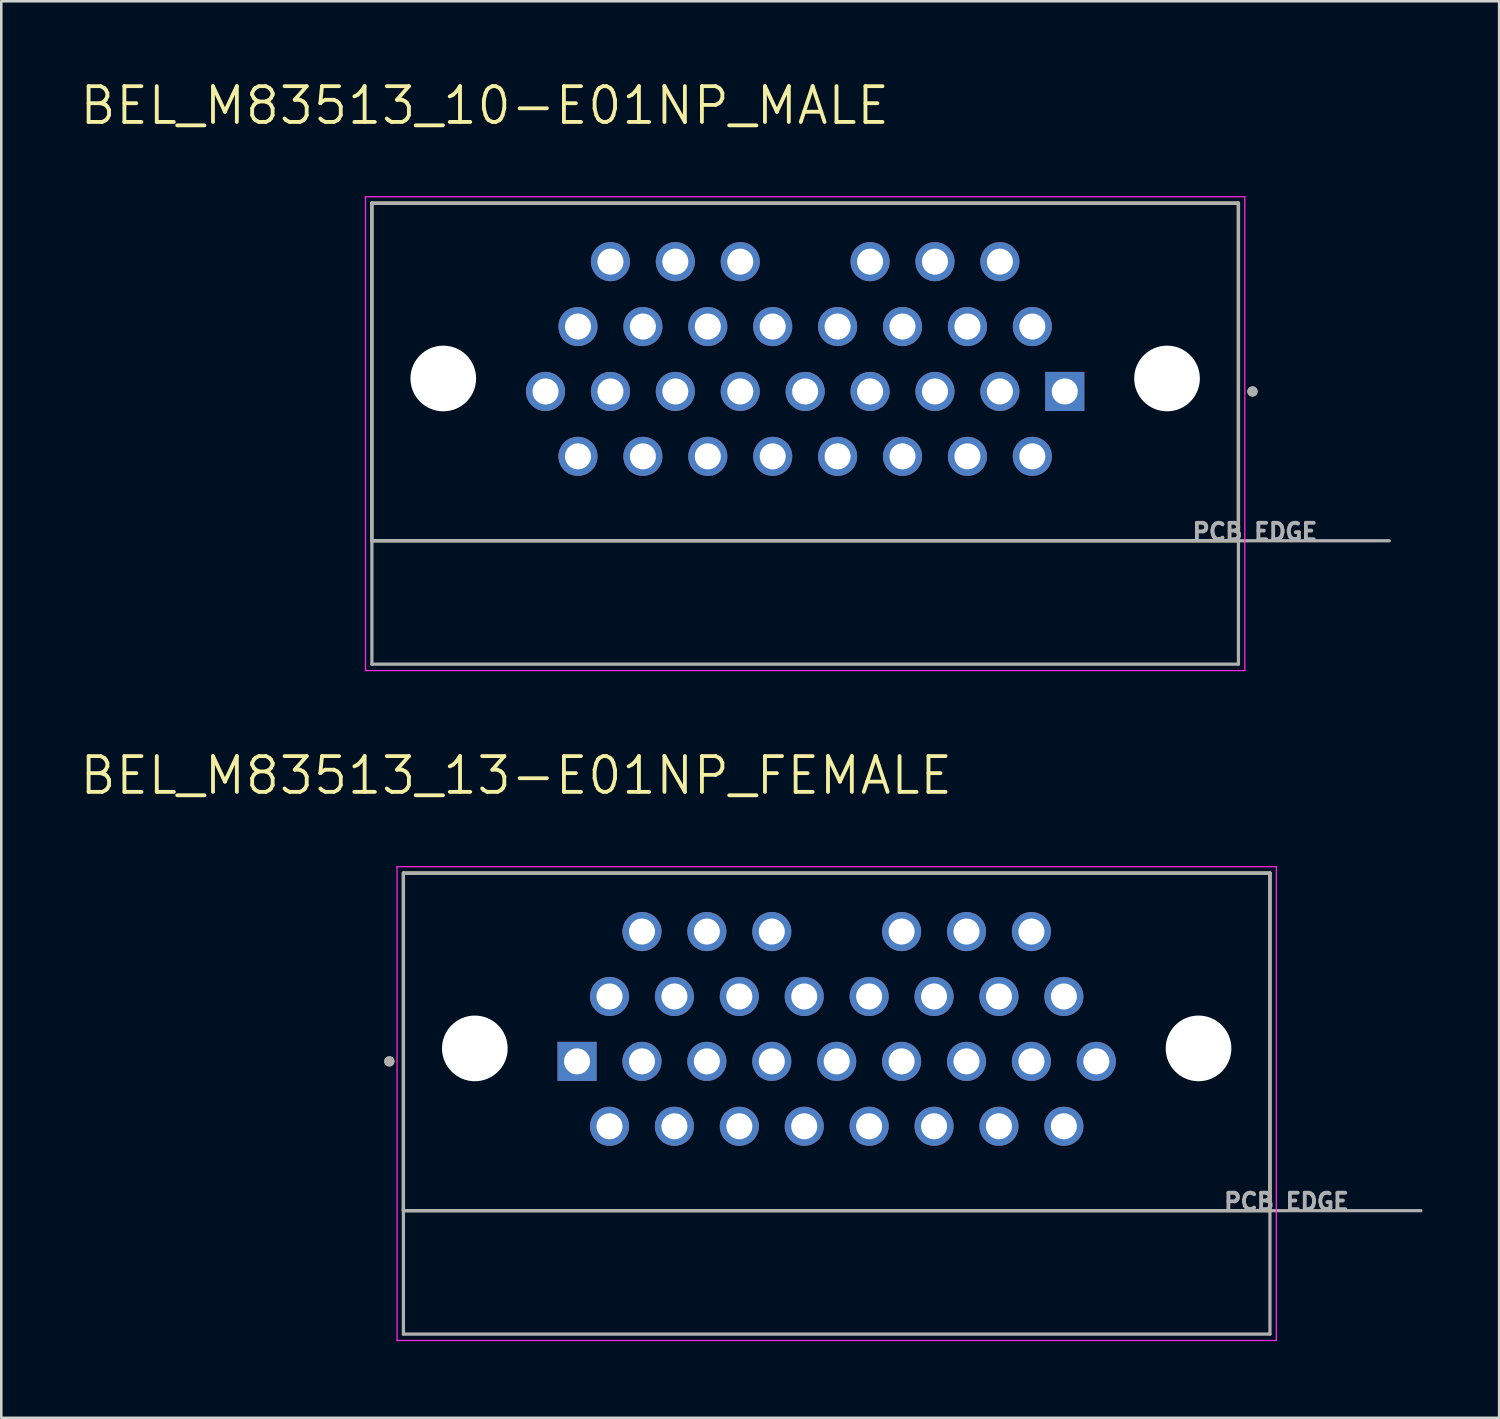
<source format=kicad_pcb>
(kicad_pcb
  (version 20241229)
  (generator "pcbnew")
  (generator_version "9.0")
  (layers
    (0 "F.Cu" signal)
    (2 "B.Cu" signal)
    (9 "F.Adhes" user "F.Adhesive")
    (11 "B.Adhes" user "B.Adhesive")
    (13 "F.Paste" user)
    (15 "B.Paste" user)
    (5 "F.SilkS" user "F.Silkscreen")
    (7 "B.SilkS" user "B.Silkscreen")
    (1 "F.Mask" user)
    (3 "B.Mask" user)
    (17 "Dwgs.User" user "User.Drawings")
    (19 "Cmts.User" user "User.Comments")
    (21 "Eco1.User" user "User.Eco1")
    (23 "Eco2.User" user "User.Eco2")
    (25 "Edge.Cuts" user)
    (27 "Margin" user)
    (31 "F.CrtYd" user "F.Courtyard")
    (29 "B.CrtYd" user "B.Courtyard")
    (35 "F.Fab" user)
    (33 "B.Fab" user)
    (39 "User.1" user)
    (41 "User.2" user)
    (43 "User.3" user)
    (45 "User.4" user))
  (footprint "BEL_M83513_10-E01NP_MALE"
    (layer "F.Cu")
    (at 28.458 11.761)
    (property "Reference" "BEL_M83513_10-E01NP_MALE" (at -12.54 -10.679 0) (layer "F.SilkS") (effects (font (size 1.4 1.4) (thickness 0.15))))
    (attr through_hole)
    (fp_line (start -16.955 -6.86) (end -16.955 6.35) (stroke (width 0.127) (type solid)) (layer "F.SilkS"))
    (fp_line (start -16.955 -6.86) (end 16.955 -6.86) (stroke (width 0.127) (type solid)) (layer "F.SilkS"))
    (fp_line (start -16.955 6.35) (end 16.955 6.35) (stroke (width 0.127) (type solid)) (layer "F.SilkS"))
    (fp_line (start 16.955 6.35) (end 16.955 -6.86) (stroke (width 0.127) (type solid)) (layer "F.SilkS"))
    (fp_circle (center 17.505 0.508) (end 17.605 0.508) (stroke (width 0.2) (type solid)) (fill no) (layer "F.SilkS"))
    (fp_line (start -17.205 -7.11) (end -17.205 11.43) (stroke (width 0.05) (type solid)) (layer "F.CrtYd"))
    (fp_line (start -17.205 -7.11) (end 17.205 -7.11) (stroke (width 0.05) (type solid)) (layer "F.CrtYd"))
    (fp_line (start -17.205 11.43) (end 17.205 11.43) (stroke (width 0.05) (type solid)) (layer "F.CrtYd"))
    (fp_line (start 17.205 11.43) (end 17.205 -7.11) (stroke (width 0.05) (type solid)) (layer "F.CrtYd"))
    (fp_line (start -16.955 -6.86) (end -16.955 6.35) (stroke (width 0.127) (type solid)) (layer "F.Fab"))
    (fp_line (start -16.955 -6.86) (end 16.955 -6.86) (stroke (width 0.127) (type solid)) (layer "F.Fab"))
    (fp_line (start -16.955 6.35) (end -16.955 11.18) (stroke (width 0.127) (type solid)) (layer "F.Fab"))
    (fp_line (start -16.955 6.35) (end 16.955 6.35) (stroke (width 0.127) (type solid)) (layer "F.Fab"))
    (fp_line (start -16.955 11.18) (end 16.955 11.18) (stroke (width 0.127) (type solid)) (layer "F.Fab"))
    (fp_line (start 16.955 6.35) (end 16.955 -6.86) (stroke (width 0.127) (type solid)) (layer "F.Fab"))
    (fp_line (start 16.955 11.18) (end 16.955 6.35) (stroke (width 0.127) (type solid)) (layer "F.Fab"))
    (fp_line (start 22.86 6.35) (end 16.955 6.35) (stroke (width 0.127) (type solid)) (layer "F.Fab"))
    (fp_circle (center 17.505 0.508) (end 17.605 0.508) (stroke (width 0.2) (type solid)) (fill no) (layer "F.Fab"))
    (fp_text user "PCB EDGE" (at 17.6 6 0) (layer "F.Fab") (effects (font (size 0.64 0.64) (thickness 0.15))))
    (pad "" np_thru_hole circle (at -14.161 0) (size 2.57 2.57) (drill 2.57) (layers "*.Cu" "*.Mask"))
    (pad "" np_thru_hole circle (at 14.161 0) (size 2.57 2.57) (drill 2.57) (layers "*.Cu" "*.Mask"))
    (pad "1" thru_hole rect (at 10.16 0.508) (size 1.53 1.53) (drill 1.02) (layers "*.Cu" "*.Mask"))
    (pad "2" thru_hole circle (at 8.89 3.048) (size 1.53 1.53) (drill 1.02) (layers "*.Cu" "*.Mask"))
    (pad "3" thru_hole circle (at 7.62 0.508) (size 1.53 1.53) (drill 1.02) (layers "*.Cu" "*.Mask"))
    (pad "4" thru_hole circle (at 6.35 3.048) (size 1.53 1.53) (drill 1.02) (layers "*.Cu" "*.Mask"))
    (pad "5" thru_hole circle (at 5.08 0.508) (size 1.53 1.53) (drill 1.02) (layers "*.Cu" "*.Mask"))
    (pad "6" thru_hole circle (at 3.81 3.048) (size 1.53 1.53) (drill 1.02) (layers "*.Cu" "*.Mask"))
    (pad "7" thru_hole circle (at 2.54 0.508) (size 1.53 1.53) (drill 1.02) (layers "*.Cu" "*.Mask"))
    (pad "8" thru_hole circle (at 1.27 3.048) (size 1.53 1.53) (drill 1.02) (layers "*.Cu" "*.Mask"))
    (pad "9" thru_hole circle (at -1.27 3.048) (size 1.53 1.53) (drill 1.02) (layers "*.Cu" "*.Mask"))
    (pad "10" thru_hole circle (at -2.54 0.508) (size 1.53 1.53) (drill 1.02) (layers "*.Cu" "*.Mask"))
    (pad "11" thru_hole circle (at -3.81 3.048) (size 1.53 1.53) (drill 1.02) (layers "*.Cu" "*.Mask"))
    (pad "12" thru_hole circle (at -5.08 0.508) (size 1.53 1.53) (drill 1.02) (layers "*.Cu" "*.Mask"))
    (pad "13" thru_hole circle (at -6.35 3.048) (size 1.53 1.53) (drill 1.02) (layers "*.Cu" "*.Mask"))
    (pad "14" thru_hole circle (at -7.62 0.508) (size 1.53 1.53) (drill 1.02) (layers "*.Cu" "*.Mask"))
    (pad "15" thru_hole circle (at -8.89 3.048) (size 1.53 1.53) (drill 1.02) (layers "*.Cu" "*.Mask"))
    (pad "16" thru_hole circle (at -10.16 0.508) (size 1.53 1.53) (drill 1.02) (layers "*.Cu" "*.Mask"))
    (pad "17" thru_hole circle (at 8.89 -2.032) (size 1.53 1.53) (drill 1.02) (layers "*.Cu" "*.Mask"))
    (pad "18" thru_hole circle (at 7.62 -4.572) (size 1.53 1.53) (drill 1.02) (layers "*.Cu" "*.Mask"))
    (pad "19" thru_hole circle (at 6.35 -2.032) (size 1.53 1.53) (drill 1.02) (layers "*.Cu" "*.Mask"))
    (pad "20" thru_hole circle (at 5.08 -4.572) (size 1.53 1.53) (drill 1.02) (layers "*.Cu" "*.Mask"))
    (pad "21" thru_hole circle (at 3.81 -2.032) (size 1.53 1.53) (drill 1.02) (layers "*.Cu" "*.Mask"))
    (pad "22" thru_hole circle (at 2.54 -4.572) (size 1.53 1.53) (drill 1.02) (layers "*.Cu" "*.Mask"))
    (pad "23" thru_hole circle (at 1.27 -2.032) (size 1.53 1.53) (drill 1.02) (layers "*.Cu" "*.Mask"))
    (pad "24" thru_hole circle (at 0 0.508) (size 1.53 1.53) (drill 1.02) (layers "*.Cu" "*.Mask"))
    (pad "25" thru_hole circle (at -1.27 -2.032) (size 1.53 1.53) (drill 1.02) (layers "*.Cu" "*.Mask"))
    (pad "26" thru_hole circle (at -2.54 -4.572) (size 1.53 1.53) (drill 1.02) (layers "*.Cu" "*.Mask"))
    (pad "27" thru_hole circle (at -3.81 -2.032) (size 1.53 1.53) (drill 1.02) (layers "*.Cu" "*.Mask"))
    (pad "28" thru_hole circle (at -5.08 -4.572) (size 1.53 1.53) (drill 1.02) (layers "*.Cu" "*.Mask"))
    (pad "29" thru_hole circle (at -6.35 -2.032) (size 1.53 1.53) (drill 1.02) (layers "*.Cu" "*.Mask"))
    (pad "30" thru_hole circle (at -8.89 -2.032) (size 1.53 1.53) (drill 1.02) (layers "*.Cu" "*.Mask"))
    (pad "31" thru_hole circle (at -7.62 -4.572) (size 1.53 1.53) (drill 1.02) (layers "*.Cu" "*.Mask")))
  (footprint "BEL_M83513_13-E01NP_FEMALE"
    (layer "F.Cu")
    (at 29.692 37.977)
    (property "Reference" "BEL_M83513_13-E01NP_FEMALE" (at -12.54 -10.679 0) (layer "F.SilkS") (effects (font (size 1.4 1.4) (thickness 0.15))))
    (attr through_hole)
    (fp_line (start -16.955 -6.86) (end -16.955 6.35) (stroke (width 0.127) (type solid)) (layer "F.SilkS"))
    (fp_line (start -16.955 -6.86) (end 16.955 -6.86) (stroke (width 0.127) (type solid)) (layer "F.SilkS"))
    (fp_line (start -16.955 6.35) (end 16.955 6.35) (stroke (width 0.127) (type solid)) (layer "F.SilkS"))
    (fp_line (start 16.955 6.35) (end 16.955 -6.86) (stroke (width 0.127) (type solid)) (layer "F.SilkS"))
    (fp_circle (center -17.505 0.508) (end -17.405 0.508) (stroke (width 0.2) (type solid)) (fill no) (layer "F.SilkS"))
    (fp_line (start -17.205 -7.11) (end -17.205 11.43) (stroke (width 0.05) (type solid)) (layer "F.CrtYd"))
    (fp_line (start -17.205 -7.11) (end 17.205 -7.11) (stroke (width 0.05) (type solid)) (layer "F.CrtYd"))
    (fp_line (start -17.205 11.43) (end 17.205 11.43) (stroke (width 0.05) (type solid)) (layer "F.CrtYd"))
    (fp_line (start 17.205 11.43) (end 17.205 -7.11) (stroke (width 0.05) (type solid)) (layer "F.CrtYd"))
    (fp_line (start -16.955 -6.86) (end -16.955 6.35) (stroke (width 0.127) (type solid)) (layer "F.Fab"))
    (fp_line (start -16.955 -6.86) (end 16.955 -6.86) (stroke (width 0.127) (type solid)) (layer "F.Fab"))
    (fp_line (start -16.955 6.35) (end -16.955 11.18) (stroke (width 0.127) (type solid)) (layer "F.Fab"))
    (fp_line (start -16.955 6.35) (end 16.955 6.35) (stroke (width 0.127) (type solid)) (layer "F.Fab"))
    (fp_line (start -16.955 11.18) (end 16.955 11.18) (stroke (width 0.127) (type solid)) (layer "F.Fab"))
    (fp_line (start 16.955 6.35) (end 16.955 -6.86) (stroke (width 0.127) (type solid)) (layer "F.Fab"))
    (fp_line (start 16.955 11.18) (end 16.955 6.35) (stroke (width 0.127) (type solid)) (layer "F.Fab"))
    (fp_line (start 22.86 6.35) (end 16.955 6.35) (stroke (width 0.127) (type solid)) (layer "F.Fab"))
    (fp_circle (center -17.505 0.508) (end -17.405 0.508) (stroke (width 0.2) (type solid)) (fill no) (layer "F.Fab"))
    (fp_text user "PCB EDGE" (at 17.6 6 0) (layer "F.Fab") (effects (font (size 0.64 0.64) (thickness 0.15))))
    (pad "" np_thru_hole circle (at -14.16 0) (size 2.57 2.57) (drill 2.57) (layers "*.Cu" "*.Mask"))
    (pad "" np_thru_hole circle (at 14.16 0) (size 2.57 2.57) (drill 2.57) (layers "*.Cu" "*.Mask"))
    (pad "1" thru_hole rect (at -10.16 0.508) (size 1.53 1.53) (drill 1.02) (layers "*.Cu" "*.Mask"))
    (pad "2" thru_hole circle (at -8.89 3.048) (size 1.53 1.53) (drill 1.02) (layers "*.Cu" "*.Mask"))
    (pad "3" thru_hole circle (at -7.62 0.508) (size 1.53 1.53) (drill 1.02) (layers "*.Cu" "*.Mask"))
    (pad "4" thru_hole circle (at -6.35 3.048) (size 1.53 1.53) (drill 1.02) (layers "*.Cu" "*.Mask"))
    (pad "5" thru_hole circle (at -5.08 0.508) (size 1.53 1.53) (drill 1.02) (layers "*.Cu" "*.Mask"))
    (pad "6" thru_hole circle (at -3.81 3.048) (size 1.53 1.53) (drill 1.02) (layers "*.Cu" "*.Mask"))
    (pad "7" thru_hole circle (at -2.54 0.508) (size 1.53 1.53) (drill 1.02) (layers "*.Cu" "*.Mask"))
    (pad "8" thru_hole circle (at -1.27 3.048) (size 1.53 1.53) (drill 1.02) (layers "*.Cu" "*.Mask"))
    (pad "9" thru_hole circle (at 1.27 3.048) (size 1.53 1.53) (drill 1.02) (layers "*.Cu" "*.Mask"))
    (pad "10" thru_hole circle (at 2.54 0.508) (size 1.53 1.53) (drill 1.02) (layers "*.Cu" "*.Mask"))
    (pad "11" thru_hole circle (at 3.81 3.048) (size 1.53 1.53) (drill 1.02) (layers "*.Cu" "*.Mask"))
    (pad "12" thru_hole circle (at 5.08 0.508) (size 1.53 1.53) (drill 1.02) (layers "*.Cu" "*.Mask"))
    (pad "13" thru_hole circle (at 6.35 3.048) (size 1.53 1.53) (drill 1.02) (layers "*.Cu" "*.Mask"))
    (pad "14" thru_hole circle (at 7.62 0.508) (size 1.53 1.53) (drill 1.02) (layers "*.Cu" "*.Mask"))
    (pad "15" thru_hole circle (at 8.89 3.048) (size 1.53 1.53) (drill 1.02) (layers "*.Cu" "*.Mask"))
    (pad "16" thru_hole circle (at 10.16 0.508) (size 1.53 1.53) (drill 1.02) (layers "*.Cu" "*.Mask"))
    (pad "17" thru_hole circle (at -8.89 -2.032) (size 1.53 1.53) (drill 1.02) (layers "*.Cu" "*.Mask"))
    (pad "18" thru_hole circle (at -7.62 -4.572) (size 1.53 1.53) (drill 1.02) (layers "*.Cu" "*.Mask"))
    (pad "19" thru_hole circle (at -6.35 -2.032) (size 1.53 1.53) (drill 1.02) (layers "*.Cu" "*.Mask"))
    (pad "20" thru_hole circle (at -5.08 -4.572) (size 1.53 1.53) (drill 1.02) (layers "*.Cu" "*.Mask"))
    (pad "21" thru_hole circle (at -3.81 -2.032) (size 1.53 1.53) (drill 1.02) (layers "*.Cu" "*.Mask"))
    (pad "22" thru_hole circle (at -2.54 -4.572) (size 1.53 1.53) (drill 1.02) (layers "*.Cu" "*.Mask"))
    (pad "23" thru_hole circle (at -1.27 -2.032) (size 1.53 1.53) (drill 1.02) (layers "*.Cu" "*.Mask"))
    (pad "24" thru_hole circle (at 0 0.508) (size 1.53 1.53) (drill 1.02) (layers "*.Cu" "*.Mask"))
    (pad "25" thru_hole circle (at 1.27 -2.032) (size 1.53 1.53) (drill 1.02) (layers "*.Cu" "*.Mask"))
    (pad "26" thru_hole circle (at 2.54 -4.572) (size 1.53 1.53) (drill 1.02) (layers "*.Cu" "*.Mask"))
    (pad "27" thru_hole circle (at 3.81 -2.032) (size 1.53 1.53) (drill 1.02) (layers "*.Cu" "*.Mask"))
    (pad "28" thru_hole circle (at 5.08 -4.572) (size 1.53 1.53) (drill 1.02) (layers "*.Cu" "*.Mask"))
    (pad "29" thru_hole circle (at 6.35 -2.032) (size 1.53 1.53) (drill 1.02) (layers "*.Cu" "*.Mask"))
    (pad "30" thru_hole circle (at 8.89 -2.032) (size 1.53 1.53) (drill 1.02) (layers "*.Cu" "*.Mask"))
    (pad "31" thru_hole circle (at 7.62 -4.572) (size 1.53 1.53) (drill 1.02) (layers "*.Cu" "*.Mask")))
  (gr_rect
    (start -3 -3)
    (end 55.615 52.432)
    (stroke (width 0.1) (type default))
    (fill no)
    (layer "Edge.Cuts")))
</source>
